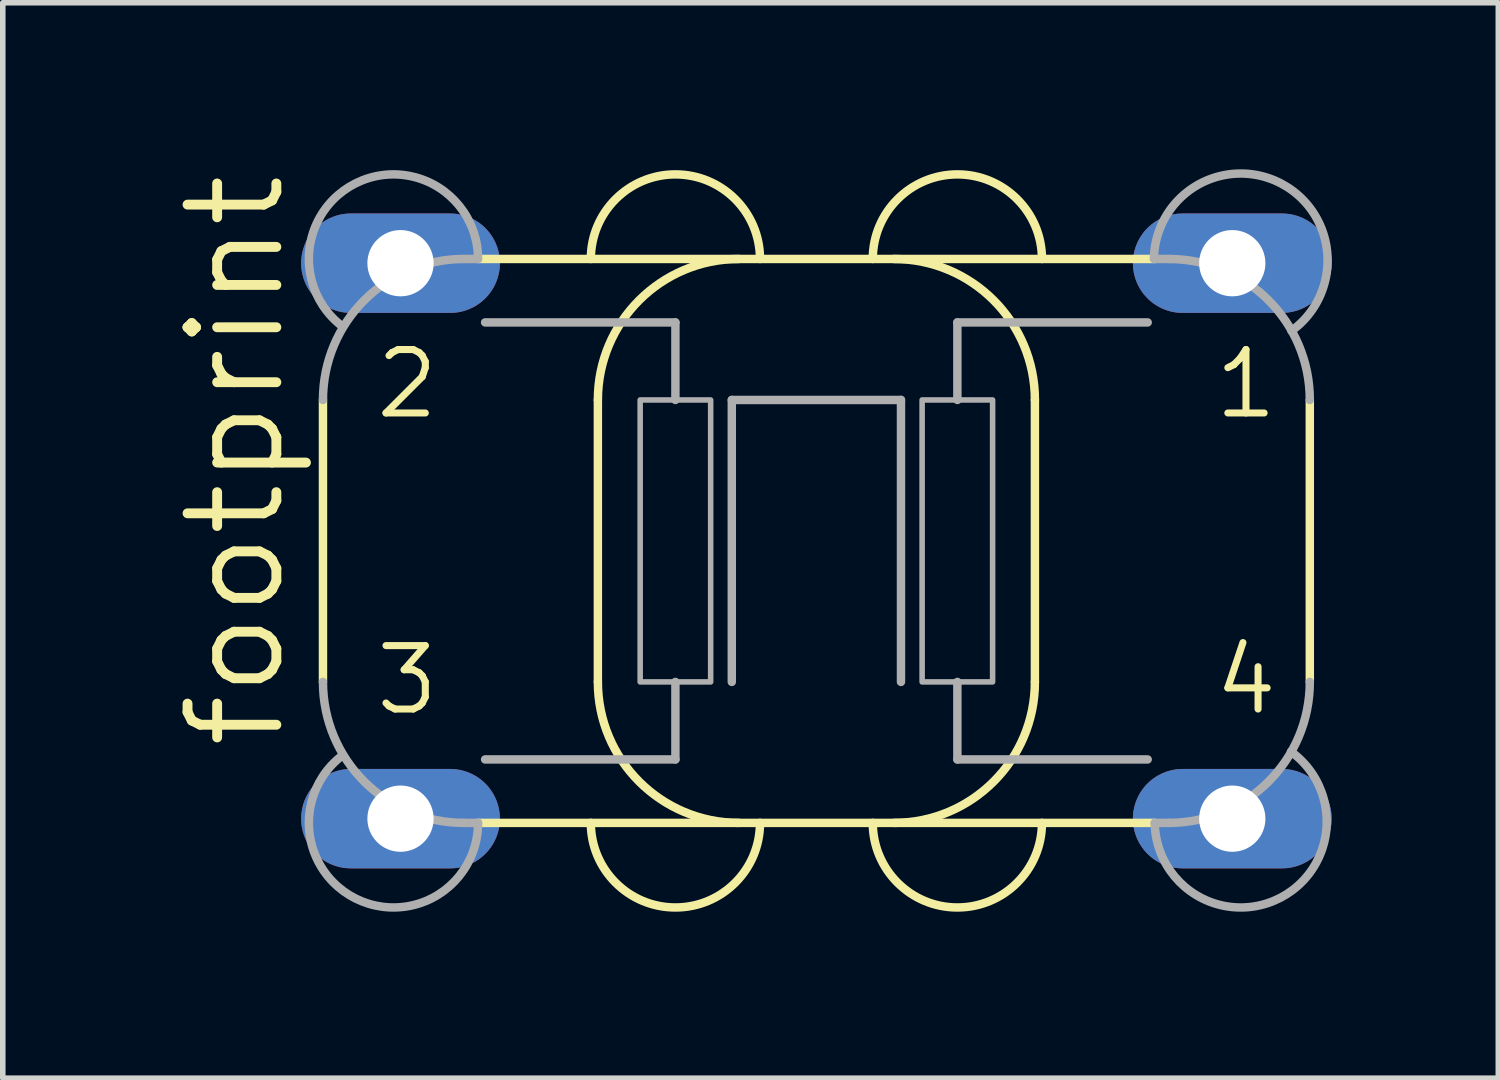
<source format=kicad_pcb>
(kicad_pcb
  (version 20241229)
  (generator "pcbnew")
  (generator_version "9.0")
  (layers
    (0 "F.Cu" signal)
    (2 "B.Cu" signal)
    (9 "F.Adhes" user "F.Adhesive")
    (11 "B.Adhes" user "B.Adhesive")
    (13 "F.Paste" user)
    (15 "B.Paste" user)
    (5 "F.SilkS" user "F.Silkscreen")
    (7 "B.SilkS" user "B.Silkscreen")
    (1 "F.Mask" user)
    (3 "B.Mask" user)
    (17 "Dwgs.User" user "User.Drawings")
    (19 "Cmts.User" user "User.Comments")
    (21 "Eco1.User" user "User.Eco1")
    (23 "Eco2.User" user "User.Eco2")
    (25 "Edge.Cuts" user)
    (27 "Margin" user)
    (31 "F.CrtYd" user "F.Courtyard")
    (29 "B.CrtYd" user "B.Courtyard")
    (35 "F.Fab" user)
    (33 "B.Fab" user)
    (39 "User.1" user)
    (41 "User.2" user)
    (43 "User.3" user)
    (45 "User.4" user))
  (footprint "footprint"
    (layer "F.Cu")
    (at 11.659 6.696)
    (property "Reference" "footprint" (at -9.525 3.81 90) (layer "F.SilkS") (effects (font (size 1.6 1.6) (thickness 0.178)) (justify left bottom)))
    (fp_line (start -8.89 2.54) (end -8.89 -2.54) (stroke (width 0.152) (type solid)) (layer "F.SilkS"))
    (fp_line (start -6.096 -5.08) (end 6.096 -5.08) (stroke (width 0.152) (type solid)) (layer "F.SilkS"))
    (fp_line (start -3.937 2.54) (end -3.937 -2.54) (stroke (width 0.152) (type solid)) (layer "F.SilkS"))
    (fp_line (start 3.937 -2.54) (end 3.937 2.54) (stroke (width 0.152) (type solid)) (layer "F.SilkS"))
    (fp_line (start 6.096 5.08) (end -6.096 5.08) (stroke (width 0.152) (type solid)) (layer "F.SilkS"))
    (fp_line (start 8.89 -2.54) (end 8.89 2.54) (stroke (width 0.152) (type solid)) (layer "F.SilkS"))
    (fp_arc (start -4.064 -5.08) (mid -2.54 -6.604) (end -1.016 -5.08) (stroke (width 0.1524) (type solid)) (layer "F.SilkS"))
    (fp_arc (start -3.937 -2.54) (mid -3.193051 -4.336052) (end -1.396999 -5.080001) (stroke (width 0.1524) (type solid)) (layer "F.SilkS"))
    (fp_arc (start -1.396999 5.080001) (mid -3.193051 4.336052) (end -3.937 2.54) (stroke (width 0.1524) (type solid)) (layer "F.SilkS"))
    (fp_arc (start -1.016 5.08) (mid -2.54 6.604) (end -4.064 5.08) (stroke (width 0.1524) (type solid)) (layer "F.SilkS"))
    (fp_arc (start 1.016 -5.08) (mid 2.54 -6.604) (end 4.064 -5.08) (stroke (width 0.1524) (type solid)) (layer "F.SilkS"))
    (fp_arc (start 1.397 -5.08) (mid 3.193051 -4.336051) (end 3.936999 -2.539999) (stroke (width 0.1524) (type solid)) (layer "F.SilkS"))
    (fp_arc (start 3.936999 2.539999) (mid 3.193051 4.336051) (end 1.397 5.08) (stroke (width 0.1524) (type solid)) (layer "F.SilkS"))
    (fp_arc (start 4.064 5.08) (mid 2.54 6.604) (end 1.016 5.08) (stroke (width 0.1524) (type solid)) (layer "F.SilkS"))
    (fp_line (start -6.096 -5.08) (end -6.35 -5.08) (stroke (width 0.152) (type solid)) (layer "F.Fab"))
    (fp_line (start -6.096 5.08) (end -6.35 5.08) (stroke (width 0.152) (type solid)) (layer "F.Fab"))
    (fp_line (start -2.54 -3.937) (end -5.969 -3.937) (stroke (width 0.152) (type solid)) (layer "F.Fab"))
    (fp_line (start -2.54 -2.54) (end -2.54 -3.937) (stroke (width 0.152) (type solid)) (layer "F.Fab"))
    (fp_line (start -2.54 2.54) (end -2.54 3.937) (stroke (width 0.152) (type solid)) (layer "F.Fab"))
    (fp_line (start -2.54 3.937) (end -5.969 3.937) (stroke (width 0.152) (type solid)) (layer "F.Fab"))
    (fp_line (start -1.524 -2.54) (end 1.524 -2.54) (stroke (width 0.152) (type solid)) (layer "F.Fab"))
    (fp_line (start -1.524 2.54) (end -1.524 -2.54) (stroke (width 0.152) (type solid)) (layer "F.Fab"))
    (fp_line (start 1.524 2.54) (end 1.524 -2.54) (stroke (width 0.152) (type solid)) (layer "F.Fab"))
    (fp_line (start 2.54 -3.937) (end 2.54 -2.54) (stroke (width 0.152) (type solid)) (layer "F.Fab"))
    (fp_line (start 2.54 3.937) (end 2.54 2.54) (stroke (width 0.152) (type solid)) (layer "F.Fab"))
    (fp_line (start 5.969 -3.937) (end 2.54 -3.937) (stroke (width 0.152) (type solid)) (layer "F.Fab"))
    (fp_line (start 5.969 3.937) (end 2.54 3.937) (stroke (width 0.152) (type solid)) (layer "F.Fab"))
    (fp_line (start 6.096 -5.08) (end 6.35 -5.08) (stroke (width 0.152) (type solid)) (layer "F.Fab"))
    (fp_line (start 6.096 5.08) (end 6.35 5.08) (stroke (width 0.152) (type solid)) (layer "F.Fab"))
    (fp_arc (start -8.89 -2.54) (mid -8.146051 -4.336051) (end -6.35 -5.08) (stroke (width 0.1524) (type solid)) (layer "F.Fab"))
    (fp_arc (start -8.5344 -3.8608) (mid -8.301551 -6.443106) (end -6.095999 -5.079998) (stroke (width 0.1524) (type solid)) (layer "F.Fab"))
    (fp_arc (start -6.35 5.08) (mid -8.146051 4.336051) (end -8.89 2.54) (stroke (width 0.1524) (type solid)) (layer "F.Fab"))
    (fp_arc (start -6.095999 5.079998) (mid -8.301551 6.443107) (end -8.5344 3.8608) (stroke (width 0.1524) (type solid)) (layer "F.Fab"))
    (fp_arc (start 6.0807 -5.0803) (mid 8.370291 -6.441521) (end 8.559799 -3.784599) (stroke (width 0.1524) (type solid)) (layer "F.Fab"))
    (fp_arc (start 6.35 -5.08) (mid 8.146051 -4.336051) (end 8.89 -2.54) (stroke (width 0.1524) (type solid)) (layer "F.Fab"))
    (fp_arc (start 8.550799 3.797) (mid 8.363185 6.427949) (end 6.096 5.08) (stroke (width 0.1524) (type solid)) (layer "F.Fab"))
    (fp_arc (start 8.89 2.54) (mid 8.146051 4.336051) (end 6.35 5.08) (stroke (width 0.1524) (type solid)) (layer "F.Fab"))
    (fp_poly (pts (xy -3.175 2.54) (xy -1.905 2.54) (xy -1.905 -2.54) (xy -3.175 -2.54)) (stroke (width 0.1) (type solid)) (fill no) (layer "F.Fab"))
    (fp_poly (pts (xy 1.905 2.54) (xy 3.175 2.54) (xy 3.175 -2.54) (xy 1.905 -2.54)) (stroke (width 0.1) (type solid)) (fill no) (layer "F.Fab"))
    (fp_text user "1" (at 7.112 -2.159 0) (layer "F.SilkS") (effects (font (size 1.143 1.143) (thickness 0.127)) (justify left bottom)))
    (fp_text user "4" (at 7.112 3.175 0) (layer "F.SilkS") (effects (font (size 1.143 1.143) (thickness 0.127)) (justify left bottom)))
    (fp_text user "2" (at -8.001 -2.159 0) (layer "F.SilkS") (effects (font (size 1.143 1.143) (thickness 0.127)) (justify left bottom)))
    (fp_text user "3" (at -8.001 3.175 0) (layer "F.SilkS") (effects (font (size 1.143 1.143) (thickness 0.127)) (justify left bottom)))
    (pad "1" thru_hole oval (at 7.493 -5.004) (size 3.581 1.791) (drill 1.194) (layers "*.Cu" "*.Mask"))
    (pad "2" thru_hole oval (at -7.493 -5.004) (size 3.581 1.791) (drill 1.194) (layers "*.Cu" "*.Mask"))
    (pad "3" thru_hole oval (at -7.493 5.004) (size 3.581 1.791) (drill 1.194) (layers "*.Cu" "*.Mask"))
    (pad "4" thru_hole oval (at 7.493 5.004) (size 3.581 1.791) (drill 1.194) (layers "*.Cu" "*.Mask")))
  (gr_rect
    (start -3 -3)
    (end 23.945 16.376)
    (stroke (width 0.1) (type default))
    (fill no)
    (layer "Edge.Cuts")))
</source>
